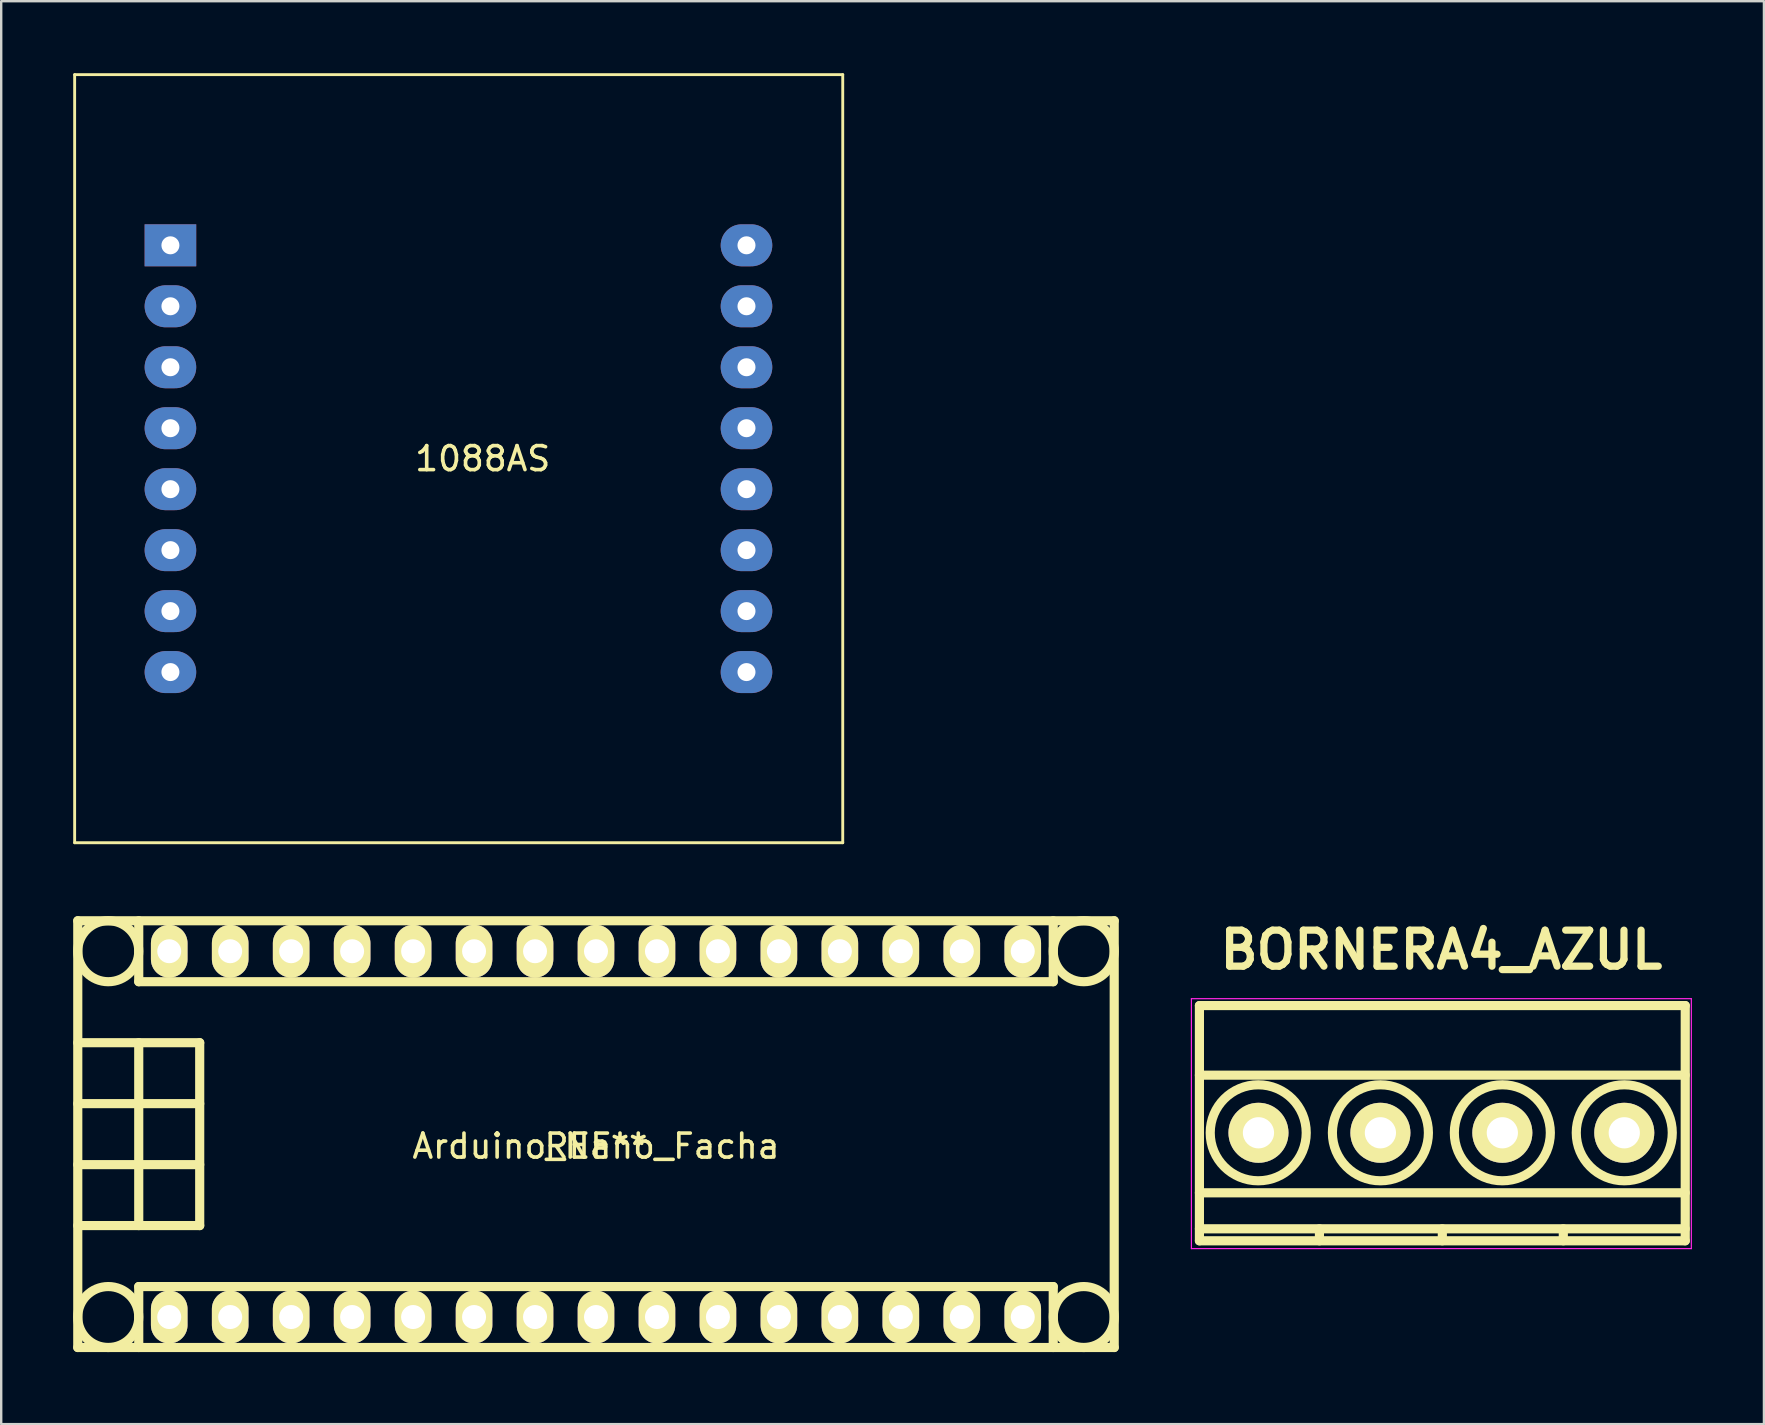
<source format=kicad_pcb>
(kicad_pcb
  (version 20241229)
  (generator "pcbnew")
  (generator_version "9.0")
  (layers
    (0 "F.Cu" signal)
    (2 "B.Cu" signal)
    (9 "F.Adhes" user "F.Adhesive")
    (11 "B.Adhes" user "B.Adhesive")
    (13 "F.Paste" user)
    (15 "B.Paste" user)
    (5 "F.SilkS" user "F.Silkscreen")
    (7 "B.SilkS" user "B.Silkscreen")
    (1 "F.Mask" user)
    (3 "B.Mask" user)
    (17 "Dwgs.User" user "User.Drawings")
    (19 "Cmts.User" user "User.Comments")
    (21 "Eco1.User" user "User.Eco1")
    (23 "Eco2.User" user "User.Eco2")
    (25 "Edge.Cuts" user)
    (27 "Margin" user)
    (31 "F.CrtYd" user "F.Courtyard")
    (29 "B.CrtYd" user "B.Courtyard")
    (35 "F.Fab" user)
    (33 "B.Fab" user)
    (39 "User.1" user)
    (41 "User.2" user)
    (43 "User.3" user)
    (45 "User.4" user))
  (footprint "Arduino_Nano_Facha"
    (layer "F.Cu")
    (at 21.78 44.2)
    (property "Reference" "Arduino_Nano_Facha" (at 0 0.5 0) (layer "F.SilkS") (effects (font (size 1 1) (thickness 0.15))))
    (attr through_hole)
    (fp_line (start -21.59 -3.81) (end -16.51 -3.81) (stroke (width 0.381) (type solid)) (layer "F.SilkS"))
    (fp_line (start -21.59 8.89) (end -21.59 -8.89) (stroke (width 0.381) (type solid)) (layer "F.SilkS"))
    (fp_line (start -21.59 8.89) (end 21.59 8.89) (stroke (width 0.381) (type solid)) (layer "F.SilkS"))
    (fp_line (start -19.05 -8.89) (end -19.05 -6.35) (stroke (width 0.381) (type solid)) (layer "F.SilkS"))
    (fp_line (start -19.05 -3.81) (end -19.05 3.81) (stroke (width 0.381) (type solid)) (layer "F.SilkS"))
    (fp_line (start -19.05 6.35) (end 19.05 6.35) (stroke (width 0.381) (type solid)) (layer "F.SilkS"))
    (fp_line (start -19.05 8.89) (end -19.05 6.35) (stroke (width 0.381) (type solid)) (layer "F.SilkS"))
    (fp_line (start -16.51 -3.81) (end -16.51 3.81) (stroke (width 0.381) (type solid)) (layer "F.SilkS"))
    (fp_line (start -16.51 -1.27) (end -21.59 -1.27) (stroke (width 0.381) (type solid)) (layer "F.SilkS"))
    (fp_line (start -16.51 1.27) (end -21.59 1.27) (stroke (width 0.381) (type solid)) (layer "F.SilkS"))
    (fp_line (start -16.51 3.81) (end -21.59 3.81) (stroke (width 0.381) (type solid)) (layer "F.SilkS"))
    (fp_line (start 19.05 -6.35) (end -19.05 -6.35) (stroke (width 0.381) (type solid)) (layer "F.SilkS"))
    (fp_line (start 19.05 -6.35) (end 19.05 -8.89) (stroke (width 0.381) (type solid)) (layer "F.SilkS"))
    (fp_line (start 19.05 8.89) (end 19.05 6.35) (stroke (width 0.381) (type solid)) (layer "F.SilkS"))
    (fp_line (start 21.59 -8.89) (end -21.59 -8.89) (stroke (width 0.381) (type solid)) (layer "F.SilkS"))
    (fp_line (start 21.59 8.89) (end 21.59 -8.89) (stroke (width 0.381) (type solid)) (layer "F.SilkS"))
    (fp_circle (center -20.32 -7.62) (end -21.59 -7.62) (stroke (width 0.381) (type solid)) (fill no) (layer "F.SilkS"))
    (fp_circle (center -20.32 7.62) (end -21.59 7.62) (stroke (width 0.381) (type solid)) (fill no) (layer "F.SilkS"))
    (fp_circle (center 20.32 -7.62) (end 21.59 -7.62) (stroke (width 0.381) (type solid)) (fill no) (layer "F.SilkS"))
    (fp_circle (center 20.32 7.62) (end 21.59 7.62) (stroke (width 0.381) (type solid)) (fill no) (layer "F.SilkS"))
    (fp_text user "REF**" (at 0 0.5 0) (layer "F.SilkS") (effects (font (size 1 1) (thickness 0.15))))
    (pad "1" thru_hole oval (at -17.78 7.62) (size 1.524 2.2) (drill 1.001) (layers "*.Cu" "*.Mask" "F.SilkS"))
    (pad "2" thru_hole oval (at -15.24 7.62) (size 1.524 2.2) (drill 1.001) (layers "*.Cu" "*.Mask" "F.SilkS"))
    (pad "3" thru_hole oval (at -12.7 7.62) (size 1.524 2.2) (drill 1.001) (layers "*.Cu" "*.Mask" "F.SilkS"))
    (pad "4" thru_hole oval (at -10.16 7.62) (size 1.524 2.2) (drill 1.001) (layers "*.Cu" "*.Mask" "F.SilkS"))
    (pad "5" thru_hole oval (at -7.62 7.62) (size 1.524 2.2) (drill 1.001) (layers "*.Cu" "*.Mask" "F.SilkS"))
    (pad "6" thru_hole oval (at -5.08 7.62) (size 1.524 2.2) (drill 1.001) (layers "*.Cu" "*.Mask" "F.SilkS"))
    (pad "7" thru_hole oval (at -2.54 7.62) (size 1.524 2.2) (drill 1.001) (layers "*.Cu" "*.Mask" "F.SilkS"))
    (pad "8" thru_hole oval (at 0 7.62) (size 1.524 2.2) (drill 1.001) (layers "*.Cu" "*.Mask" "F.SilkS"))
    (pad "9" thru_hole oval (at 2.54 7.62) (size 1.524 2.2) (drill 1.001) (layers "*.Cu" "*.Mask" "F.SilkS"))
    (pad "10" thru_hole oval (at 5.08 7.62) (size 1.524 2.2) (drill 1.001) (layers "*.Cu" "*.Mask" "F.SilkS"))
    (pad "11" thru_hole oval (at 7.62 7.62) (size 1.524 2.2) (drill 1.001) (layers "*.Cu" "*.Mask" "F.SilkS"))
    (pad "12" thru_hole oval (at 10.16 7.62) (size 1.524 2.2) (drill 1.001) (layers "*.Cu" "*.Mask" "F.SilkS"))
    (pad "13" thru_hole oval (at 12.7 7.62) (size 1.524 2.2) (drill 1.001) (layers "*.Cu" "*.Mask" "F.SilkS"))
    (pad "14" thru_hole oval (at 15.24 7.62) (size 1.524 2.2) (drill 1.001) (layers "*.Cu" "*.Mask" "F.SilkS"))
    (pad "15" thru_hole oval (at 17.78 7.62) (size 1.524 2.2) (drill 1.001) (layers "*.Cu" "*.Mask" "F.SilkS"))
    (pad "16" thru_hole oval (at 17.78 -7.62) (size 1.524 2.2) (drill 1.001) (layers "*.Cu" "*.Mask" "F.SilkS"))
    (pad "17" thru_hole oval (at 15.24 -7.62) (size 1.524 2.2) (drill 1.001) (layers "*.Cu" "*.Mask" "F.SilkS"))
    (pad "18" thru_hole oval (at 12.7 -7.62) (size 1.524 2.2) (drill 1.001) (layers "*.Cu" "*.Mask" "F.SilkS"))
    (pad "19" thru_hole oval (at 10.16 -7.62) (size 1.524 2.2) (drill 1.001) (layers "*.Cu" "*.Mask" "F.SilkS"))
    (pad "20" thru_hole oval (at 7.62 -7.62) (size 1.524 2.197) (drill 1.001) (layers "*.Cu" "*.Mask" "F.SilkS"))
    (pad "21" thru_hole oval (at 5.08 -7.62) (size 1.524 2.197) (drill 1.001) (layers "*.Cu" "*.Mask" "F.SilkS"))
    (pad "22" thru_hole oval (at 2.54 -7.62) (size 1.524 2.197) (drill 1.001) (layers "*.Cu" "*.Mask" "F.SilkS"))
    (pad "23" thru_hole oval (at 0 -7.62) (size 1.524 2.197) (drill 1.001) (layers "*.Cu" "*.Mask" "F.SilkS"))
    (pad "24" thru_hole oval (at -2.54 -7.62) (size 1.524 2.197) (drill 0.998) (layers "*.Cu" "*.Mask" "F.SilkS"))
    (pad "25" thru_hole oval (at -5.08 -7.62) (size 1.524 2.197) (drill 0.998) (layers "*.Cu" "*.Mask" "F.SilkS"))
    (pad "26" thru_hole oval (at -7.62 -7.62) (size 1.524 2.197) (drill 0.998) (layers "*.Cu" "*.Mask" "F.SilkS"))
    (pad "27" thru_hole oval (at -10.16 -7.62) (size 1.524 2.197) (drill 0.998) (layers "*.Cu" "*.Mask" "F.SilkS"))
    (pad "28" thru_hole oval (at -12.7 -7.62) (size 1.524 2.197) (drill 0.998) (layers "*.Cu" "*.Mask" "F.SilkS"))
    (pad "29" thru_hole oval (at -15.24 -7.62) (size 1.524 2.197) (drill 0.998) (layers "*.Cu" "*.Mask" "F.SilkS"))
    (pad "30" thru_hole oval (at -17.78 -7.62) (size 1.524 2.197) (drill 0.998) (layers "*.Cu" "*.Mask" "F.SilkS")))
  (footprint "BORNERA4_AZUL"
    (layer "F.Cu")
    (at 57 44.144)
    (property "Reference" "BORNERA4_AZUL" (at 0 -7.62 0) (unlocked yes) (layer "F.SilkS") (effects (font (size 1.5 1.5) (thickness 0.3) (bold yes))))
    (attr smd)
    (fp_line (start -10.08 -5.3) (end -10.08 4.5) (stroke (width 0.381) (type solid)) (layer "F.SilkS"))
    (fp_line (start -10.08 -2.4) (end 10.16 -2.4) (stroke (width 0.381) (type solid)) (layer "F.SilkS"))
    (fp_line (start -10.08 2.5) (end 10.16 2.5) (stroke (width 0.381) (type solid)) (layer "F.SilkS"))
    (fp_line (start -10.08 4) (end 10.16 4) (stroke (width 0.381) (type solid)) (layer "F.SilkS"))
    (fp_line (start -10.08 4.5) (end 10.16 4.5) (stroke (width 0.381) (type solid)) (layer "F.SilkS"))
    (fp_line (start -5.08 4) (end -5.08 4.5) (stroke (width 0.381) (type solid)) (layer "F.SilkS"))
    (fp_line (start 0.04 4) (end 0.04 4.5) (stroke (width 0.381) (type solid)) (layer "F.SilkS"))
    (fp_line (start 5.08 4) (end 5.08 4.5) (stroke (width 0.381) (type solid)) (layer "F.SilkS"))
    (fp_line (start 10.16 -5.3) (end -10.08 -5.3) (stroke (width 0.381) (type solid)) (layer "F.SilkS"))
    (fp_line (start 10.16 4.5) (end 10.16 -5.3) (stroke (width 0.381) (type default)) (layer "F.SilkS"))
    (fp_circle (center -7.63 0) (end -5.63 0) (stroke (width 0.381) (type solid)) (fill no) (layer "F.SilkS"))
    (fp_circle (center -2.54 0) (end -0.54 0) (stroke (width 0.381) (type solid)) (fill no) (layer "F.SilkS"))
    (fp_circle (center 2.54 0) (end 4.54 0) (stroke (width 0.381) (type solid)) (fill no) (layer "F.SilkS"))
    (fp_circle (center 7.62 0) (end 9.62 0) (stroke (width 0.381) (type solid)) (fill no) (layer "F.SilkS"))
    (fp_line (start -10.414 -5.588) (end 10.414 -5.588) (stroke (width 0.05) (type default)) (layer "F.CrtYd"))
    (fp_line (start -10.414 4.826) (end -10.414 -5.588) (stroke (width 0.05) (type default)) (layer "F.CrtYd"))
    (fp_line (start 10.414 -5.588) (end 10.414 4.826) (stroke (width 0.05) (type default)) (layer "F.CrtYd"))
    (fp_line (start 10.414 4.826) (end -10.414 4.826) (stroke (width 0.05) (type default)) (layer "F.CrtYd"))
    (pad "1" thru_hole circle (at -7.62 0) (size 2.5 2.5) (drill 1.3) (layers "*.Cu" "*.Mask" "F.SilkS"))
    (pad "2" thru_hole circle (at -2.54 0) (size 2.5 2.5) (drill 1.3) (layers "*.Cu" "*.Mask" "F.SilkS"))
    (pad "3" thru_hole circle (at 2.54 0) (size 2.5 2.5) (drill 1.3) (layers "*.Cu" "*.Mask" "F.SilkS"))
    (pad "4" thru_hole circle (at 7.62 0) (size 2.5 2.5) (drill 1.3) (layers "*.Cu" "*.Mask" "F.SilkS")))
  (footprint "1088AS"
    (layer "F.Cu")
    (at 16.06 16.06)
    (property "Reference" "1088AS" (at 1 0 0) (layer "F.SilkS") (effects (font (size 1 1) (thickness 0.15))))
    (attr through_hole)
    (fp_line (start -16 -16) (end 16 -16) (stroke (width 0.12) (type solid)) (layer "F.SilkS"))
    (fp_line (start -16 16) (end -16 -16) (stroke (width 0.12) (type solid)) (layer "F.SilkS"))
    (fp_line (start 16 -16) (end 16 16) (stroke (width 0.12) (type solid)) (layer "F.SilkS"))
    (fp_line (start 16 16) (end -16 16) (stroke (width 0.12) (type solid)) (layer "F.SilkS"))
    (pad "C1" thru_hole oval (at 11.99 -1.27) (size 2.15 1.75) (drill 0.75) (layers "*.Cu" "*.Mask"))
    (pad "C2" thru_hole oval (at -12.01 -3.81) (size 2.15 1.75) (drill 0.75) (layers "*.Cu" "*.Mask"))
    (pad "C3" thru_hole oval (at -12.01 -1.27) (size 2.15 1.75) (drill 0.75) (layers "*.Cu" "*.Mask"))
    (pad "C4" thru_hole oval (at 11.99 6.35) (size 2.15 1.75) (drill 0.75) (layers "*.Cu" "*.Mask"))
    (pad "C5" thru_hole oval (at -12.01 3.81) (size 2.15 1.75) (drill 0.75) (layers "*.Cu" "*.Mask"))
    (pad "C6" thru_hole oval (at 11.99 3.81) (size 2.15 1.75) (drill 0.75) (layers "*.Cu" "*.Mask"))
    (pad "C7" thru_hole oval (at 11.99 -6.35) (size 2.15 1.75) (drill 0.75) (layers "*.Cu" "*.Mask"))
    (pad "C8" thru_hole oval (at 11.99 -8.89) (size 2.15 1.75) (drill 0.75) (layers "*.Cu" "*.Mask"))
    (pad "R1" thru_hole oval (at 11.99 8.89) (size 2.15 1.75) (drill 0.75) (layers "*.Cu" "*.Mask"))
    (pad "R2" thru_hole oval (at 11.99 -3.81) (size 2.15 1.75) (drill 0.75) (layers "*.Cu" "*.Mask"))
    (pad "R3" thru_hole oval (at -12.01 8.89) (size 2.15 1.75) (drill 0.75) (layers "*.Cu" "*.Mask"))
    (pad "R4" thru_hole oval (at 11.99 1.27) (size 2.15 1.75) (drill 0.75) (layers "*.Cu" "*.Mask"))
    (pad "R5" thru_hole rect (at -12.01 -8.89) (size 2.15 1.75) (drill 0.75) (layers "*.Cu" "*.Mask"))
    (pad "R6" thru_hole oval (at -12.01 6.35) (size 2.15 1.75) (drill 0.75) (layers "*.Cu" "*.Mask"))
    (pad "R7" thru_hole oval (at -12.01 -6.35) (size 2.15 1.75) (drill 0.75) (layers "*.Cu" "*.Mask"))
    (pad "R8" thru_hole oval (at -12.01 1.27) (size 2.15 1.75) (drill 0.75) (layers "*.Cu" "*.Mask")))
  (gr_rect
    (start -3 -3)
    (end 70.439 56.281)
    (stroke (width 0.1) (type default))
    (fill no)
    (layer "Edge.Cuts")))
</source>
